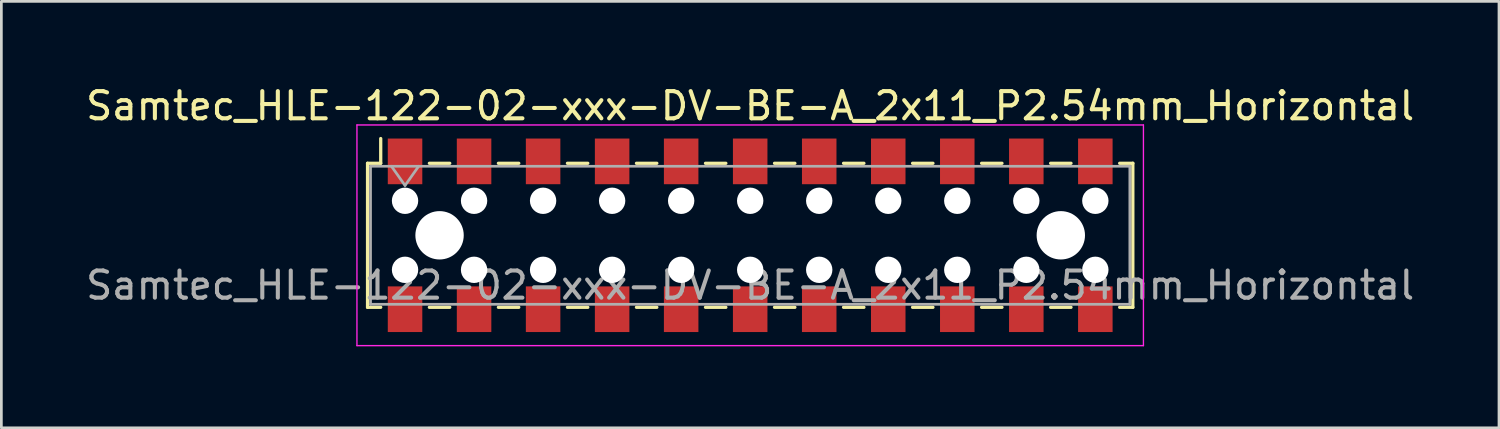
<source format=kicad_pcb>
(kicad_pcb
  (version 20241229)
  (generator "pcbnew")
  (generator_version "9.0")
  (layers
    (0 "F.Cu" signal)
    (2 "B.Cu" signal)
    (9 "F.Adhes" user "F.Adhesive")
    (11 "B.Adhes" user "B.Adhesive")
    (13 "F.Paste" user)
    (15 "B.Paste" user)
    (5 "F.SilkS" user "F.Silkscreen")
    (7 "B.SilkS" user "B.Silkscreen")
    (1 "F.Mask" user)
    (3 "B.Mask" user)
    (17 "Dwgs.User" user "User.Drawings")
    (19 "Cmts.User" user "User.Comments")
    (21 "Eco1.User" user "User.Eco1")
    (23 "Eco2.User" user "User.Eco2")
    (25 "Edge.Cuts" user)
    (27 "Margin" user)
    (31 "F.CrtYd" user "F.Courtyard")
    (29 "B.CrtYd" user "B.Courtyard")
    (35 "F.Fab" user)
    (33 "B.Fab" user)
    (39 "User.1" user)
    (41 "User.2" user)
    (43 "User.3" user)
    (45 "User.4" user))
  (footprint "Samtec_HLE-122-02-xxx-DV-BE-A_2x11_P2.54mm_Horizontal"
    (layer "F.Cu")
    (at 24.554 5.608)
    (property "Reference" "Samtec_HLE-122-02-xxx-DV-BE-A_2x11_P2.54mm_Horizontal" (at 0 -4.76 0) (layer "F.SilkS") (effects (font (size 1 1) (thickness 0.15))))
    (attr smd)
    (fp_line (start -14.08 -2.65) (end -14.08 2.65) (stroke (width 0.12) (type solid)) (layer "F.SilkS"))
    (fp_line (start -14.08 2.65) (end -13.595 2.65) (stroke (width 0.12) (type solid)) (layer "F.SilkS"))
    (fp_line (start -13.595 -3.56) (end -13.595 -2.65) (stroke (width 0.12) (type solid)) (layer "F.SilkS"))
    (fp_line (start -13.595 -2.65) (end -14.08 -2.65) (stroke (width 0.12) (type solid)) (layer "F.SilkS"))
    (fp_line (start -11.805 -2.65) (end -11.055 -2.65) (stroke (width 0.12) (type solid)) (layer "F.SilkS"))
    (fp_line (start -11.805 2.65) (end -11.055 2.65) (stroke (width 0.12) (type solid)) (layer "F.SilkS"))
    (fp_line (start -9.265 -2.65) (end -8.515 -2.65) (stroke (width 0.12) (type solid)) (layer "F.SilkS"))
    (fp_line (start -9.265 2.65) (end -8.515 2.65) (stroke (width 0.12) (type solid)) (layer "F.SilkS"))
    (fp_line (start -6.725 -2.65) (end -5.975 -2.65) (stroke (width 0.12) (type solid)) (layer "F.SilkS"))
    (fp_line (start -6.725 2.65) (end -5.975 2.65) (stroke (width 0.12) (type solid)) (layer "F.SilkS"))
    (fp_line (start -4.185 -2.65) (end -3.435 -2.65) (stroke (width 0.12) (type solid)) (layer "F.SilkS"))
    (fp_line (start -4.185 2.65) (end -3.435 2.65) (stroke (width 0.12) (type solid)) (layer "F.SilkS"))
    (fp_line (start -1.645 -2.65) (end -0.895 -2.65) (stroke (width 0.12) (type solid)) (layer "F.SilkS"))
    (fp_line (start -1.645 2.65) (end -0.895 2.65) (stroke (width 0.12) (type solid)) (layer "F.SilkS"))
    (fp_line (start 0.895 -2.65) (end 1.645 -2.65) (stroke (width 0.12) (type solid)) (layer "F.SilkS"))
    (fp_line (start 0.895 2.65) (end 1.645 2.65) (stroke (width 0.12) (type solid)) (layer "F.SilkS"))
    (fp_line (start 3.435 -2.65) (end 4.185 -2.65) (stroke (width 0.12) (type solid)) (layer "F.SilkS"))
    (fp_line (start 3.435 2.65) (end 4.185 2.65) (stroke (width 0.12) (type solid)) (layer "F.SilkS"))
    (fp_line (start 5.975 -2.65) (end 6.725 -2.65) (stroke (width 0.12) (type solid)) (layer "F.SilkS"))
    (fp_line (start 5.975 2.65) (end 6.725 2.65) (stroke (width 0.12) (type solid)) (layer "F.SilkS"))
    (fp_line (start 8.515 -2.65) (end 9.265 -2.65) (stroke (width 0.12) (type solid)) (layer "F.SilkS"))
    (fp_line (start 8.515 2.65) (end 9.265 2.65) (stroke (width 0.12) (type solid)) (layer "F.SilkS"))
    (fp_line (start 11.055 -2.65) (end 11.805 -2.65) (stroke (width 0.12) (type solid)) (layer "F.SilkS"))
    (fp_line (start 11.055 2.65) (end 11.805 2.65) (stroke (width 0.12) (type solid)) (layer "F.SilkS"))
    (fp_line (start 13.595 -2.65) (end 14.08 -2.65) (stroke (width 0.12) (type solid)) (layer "F.SilkS"))
    (fp_line (start 14.08 -2.65) (end 14.08 2.65) (stroke (width 0.12) (type solid)) (layer "F.SilkS"))
    (fp_line (start 14.08 2.65) (end 13.595 2.65) (stroke (width 0.12) (type solid)) (layer "F.SilkS"))
    (fp_line (start -14.47 -4.06) (end 14.47 -4.06) (stroke (width 0.05) (type solid)) (layer "F.CrtYd"))
    (fp_line (start -14.47 4.06) (end -14.47 -4.06) (stroke (width 0.05) (type solid)) (layer "F.CrtYd"))
    (fp_line (start 14.47 -4.06) (end 14.47 4.06) (stroke (width 0.05) (type solid)) (layer "F.CrtYd"))
    (fp_line (start 14.47 4.06) (end -14.47 4.06) (stroke (width 0.05) (type solid)) (layer "F.CrtYd"))
    (fp_line (start -13.97 -2.54) (end 13.97 -2.54) (stroke (width 0.1) (type solid)) (layer "F.Fab"))
    (fp_line (start -13.97 2.54) (end -13.97 -2.54) (stroke (width 0.1) (type solid)) (layer "F.Fab"))
    (fp_line (start -13.2 -2.54) (end -12.7 -1.833) (stroke (width 0.1) (type solid)) (layer "F.Fab"))
    (fp_line (start -12.7 -1.833) (end -12.2 -2.54) (stroke (width 0.1) (type solid)) (layer "F.Fab"))
    (fp_line (start 13.97 -2.54) (end 13.97 2.54) (stroke (width 0.1) (type solid)) (layer "F.Fab"))
    (fp_line (start 13.97 2.54) (end -13.97 2.54) (stroke (width 0.1) (type solid)) (layer "F.Fab"))
    (fp_text user "${REFERENCE}" (at 0 1.84 0) (layer "F.Fab") (effects (font (size 1 1) (thickness 0.15))))
    (pad "" np_thru_hole circle (at -12.7 -1.27) (size 0.97 0.97) (drill 0.97) (layers "*.Cu" "*.Mask"))
    (pad "" np_thru_hole circle (at -12.7 1.27) (size 0.97 0.97) (drill 0.97) (layers "*.Cu" "*.Mask"))
    (pad "" np_thru_hole circle (at -11.43 0) (size 1.78 1.78) (drill 1.78) (layers "*.Cu" "*.Mask"))
    (pad "" np_thru_hole circle (at -10.16 -1.27) (size 0.97 0.97) (drill 0.97) (layers "*.Cu" "*.Mask"))
    (pad "" np_thru_hole circle (at -10.16 1.27) (size 0.97 0.97) (drill 0.97) (layers "*.Cu" "*.Mask"))
    (pad "" np_thru_hole circle (at -7.62 -1.27) (size 0.97 0.97) (drill 0.97) (layers "*.Cu" "*.Mask"))
    (pad "" np_thru_hole circle (at -7.62 1.27) (size 0.97 0.97) (drill 0.97) (layers "*.Cu" "*.Mask"))
    (pad "" np_thru_hole circle (at -5.08 -1.27) (size 0.97 0.97) (drill 0.97) (layers "*.Cu" "*.Mask"))
    (pad "" np_thru_hole circle (at -5.08 1.27) (size 0.97 0.97) (drill 0.97) (layers "*.Cu" "*.Mask"))
    (pad "" np_thru_hole circle (at -2.54 -1.27) (size 0.97 0.97) (drill 0.97) (layers "*.Cu" "*.Mask"))
    (pad "" np_thru_hole circle (at -2.54 1.27) (size 0.97 0.97) (drill 0.97) (layers "*.Cu" "*.Mask"))
    (pad "" np_thru_hole circle (at 0 -1.27) (size 0.97 0.97) (drill 0.97) (layers "*.Cu" "*.Mask"))
    (pad "" np_thru_hole circle (at 0 1.27) (size 0.97 0.97) (drill 0.97) (layers "*.Cu" "*.Mask"))
    (pad "" np_thru_hole circle (at 2.54 -1.27) (size 0.97 0.97) (drill 0.97) (layers "*.Cu" "*.Mask"))
    (pad "" np_thru_hole circle (at 2.54 1.27) (size 0.97 0.97) (drill 0.97) (layers "*.Cu" "*.Mask"))
    (pad "" np_thru_hole circle (at 5.08 -1.27) (size 0.97 0.97) (drill 0.97) (layers "*.Cu" "*.Mask"))
    (pad "" np_thru_hole circle (at 5.08 1.27) (size 0.97 0.97) (drill 0.97) (layers "*.Cu" "*.Mask"))
    (pad "" np_thru_hole circle (at 7.62 -1.27) (size 0.97 0.97) (drill 0.97) (layers "*.Cu" "*.Mask"))
    (pad "" np_thru_hole circle (at 7.62 1.27) (size 0.97 0.97) (drill 0.97) (layers "*.Cu" "*.Mask"))
    (pad "" np_thru_hole circle (at 10.16 -1.27) (size 0.97 0.97) (drill 0.97) (layers "*.Cu" "*.Mask"))
    (pad "" np_thru_hole circle (at 10.16 1.27) (size 0.97 0.97) (drill 0.97) (layers "*.Cu" "*.Mask"))
    (pad "" np_thru_hole circle (at 11.43 0) (size 1.78 1.78) (drill 1.78) (layers "*.Cu" "*.Mask"))
    (pad "" np_thru_hole circle (at 12.7 -1.27) (size 0.97 0.97) (drill 0.97) (layers "*.Cu" "*.Mask"))
    (pad "" np_thru_hole circle (at 12.7 1.27) (size 0.97 0.97) (drill 0.97) (layers "*.Cu" "*.Mask"))
    (pad "1" smd rect (at -12.7 -2.72) (size 1.27 1.68) (layers "F.Cu" "F.Mask" "F.Paste"))
    (pad "2" smd rect (at -12.7 2.72) (size 1.27 1.68) (layers "F.Cu" "F.Mask" "F.Paste"))
    (pad "3" smd rect (at -10.16 -2.72) (size 1.27 1.68) (layers "F.Cu" "F.Mask" "F.Paste"))
    (pad "4" smd rect (at -10.16 2.72) (size 1.27 1.68) (layers "F.Cu" "F.Mask" "F.Paste"))
    (pad "5" smd rect (at -7.62 -2.72) (size 1.27 1.68) (layers "F.Cu" "F.Mask" "F.Paste"))
    (pad "6" smd rect (at -7.62 2.72) (size 1.27 1.68) (layers "F.Cu" "F.Mask" "F.Paste"))
    (pad "7" smd rect (at -5.08 -2.72) (size 1.27 1.68) (layers "F.Cu" "F.Mask" "F.Paste"))
    (pad "8" smd rect (at -5.08 2.72) (size 1.27 1.68) (layers "F.Cu" "F.Mask" "F.Paste"))
    (pad "9" smd rect (at -2.54 -2.72) (size 1.27 1.68) (layers "F.Cu" "F.Mask" "F.Paste"))
    (pad "10" smd rect (at -2.54 2.72) (size 1.27 1.68) (layers "F.Cu" "F.Mask" "F.Paste"))
    (pad "11" smd rect (at 0 -2.72) (size 1.27 1.68) (layers "F.Cu" "F.Mask" "F.Paste"))
    (pad "12" smd rect (at 0 2.72) (size 1.27 1.68) (layers "F.Cu" "F.Mask" "F.Paste"))
    (pad "13" smd rect (at 2.54 -2.72) (size 1.27 1.68) (layers "F.Cu" "F.Mask" "F.Paste"))
    (pad "14" smd rect (at 2.54 2.72) (size 1.27 1.68) (layers "F.Cu" "F.Mask" "F.Paste"))
    (pad "15" smd rect (at 5.08 -2.72) (size 1.27 1.68) (layers "F.Cu" "F.Mask" "F.Paste"))
    (pad "16" smd rect (at 5.08 2.72) (size 1.27 1.68) (layers "F.Cu" "F.Mask" "F.Paste"))
    (pad "17" smd rect (at 7.62 -2.72) (size 1.27 1.68) (layers "F.Cu" "F.Mask" "F.Paste"))
    (pad "18" smd rect (at 7.62 2.72) (size 1.27 1.68) (layers "F.Cu" "F.Mask" "F.Paste"))
    (pad "19" smd rect (at 10.16 -2.72) (size 1.27 1.68) (layers "F.Cu" "F.Mask" "F.Paste"))
    (pad "20" smd rect (at 10.16 2.72) (size 1.27 1.68) (layers "F.Cu" "F.Mask" "F.Paste"))
    (pad "21" smd rect (at 12.7 -2.72) (size 1.27 1.68) (layers "F.Cu" "F.Mask" "F.Paste"))
    (pad "22" smd rect (at 12.7 2.72) (size 1.27 1.68) (layers "F.Cu" "F.Mask" "F.Paste")))
  (gr_rect
    (start -3 -3)
    (end 52.107 12.693)
    (stroke (width 0.1) (type default))
    (fill no)
    (layer "Edge.Cuts")))
</source>
